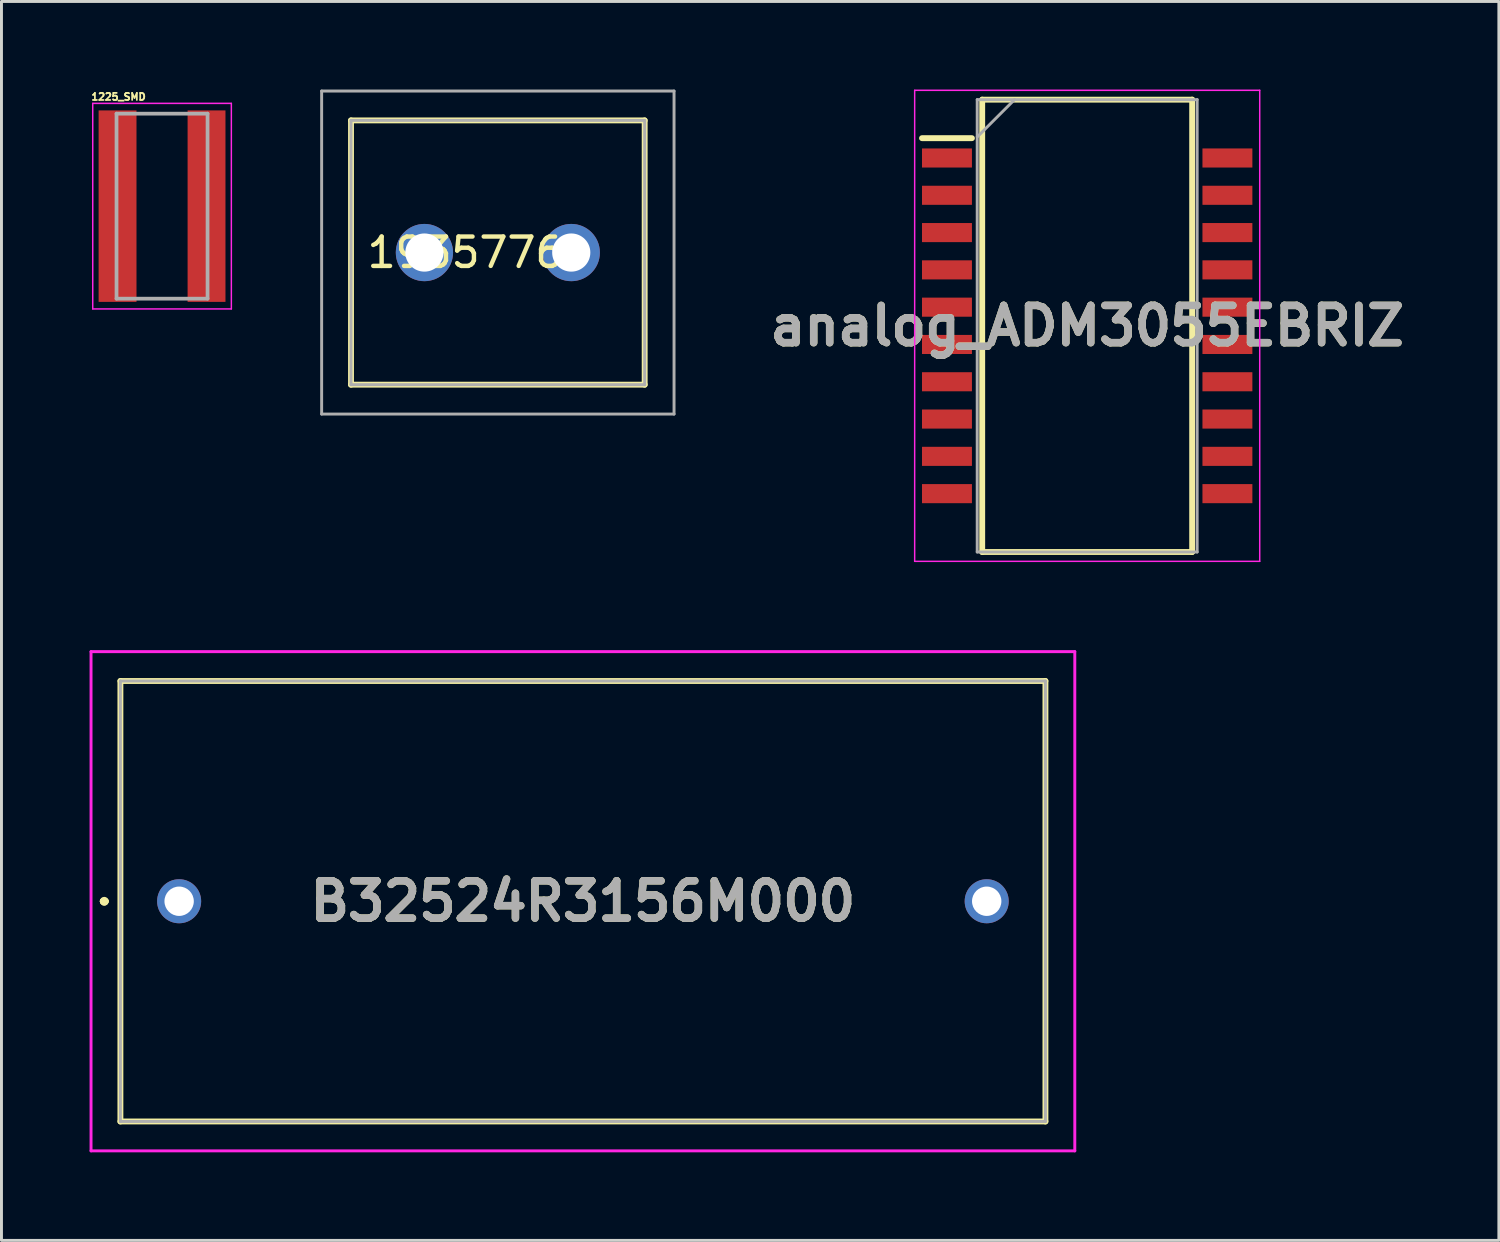
<source format=kicad_pcb>
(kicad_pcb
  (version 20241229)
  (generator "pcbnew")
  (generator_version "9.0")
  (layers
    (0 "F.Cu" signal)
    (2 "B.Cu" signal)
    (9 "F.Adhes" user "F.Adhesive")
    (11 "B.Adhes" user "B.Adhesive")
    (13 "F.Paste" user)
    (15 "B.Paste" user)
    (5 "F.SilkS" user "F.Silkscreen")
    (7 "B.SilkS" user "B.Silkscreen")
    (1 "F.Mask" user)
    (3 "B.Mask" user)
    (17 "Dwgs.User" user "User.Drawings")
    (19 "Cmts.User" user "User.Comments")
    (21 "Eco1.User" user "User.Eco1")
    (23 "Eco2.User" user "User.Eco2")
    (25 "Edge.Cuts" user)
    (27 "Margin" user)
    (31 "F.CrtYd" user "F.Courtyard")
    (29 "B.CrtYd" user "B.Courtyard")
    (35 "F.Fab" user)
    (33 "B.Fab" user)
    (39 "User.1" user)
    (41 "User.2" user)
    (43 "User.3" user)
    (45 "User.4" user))
  (footprint "analog_ADM3055EBRIZ"
    (layer "F.Cu")
    (at 33.972 8.045)
    (property "Reference" "analog_ADM3055EBRIZ" (at 0 0 0) (layer "F.SilkS") (effects (font (size 1.27 1.27) (thickness 0.254))))
    (attr smd)
    (fp_line (start -5.625 -6.39) (end -3.925 -6.39) (stroke (width 0.2) (type solid)) (layer "F.SilkS"))
    (fp_line (start -3.575 -7.702) (end 3.575 -7.702) (stroke (width 0.2) (type solid)) (layer "F.SilkS"))
    (fp_line (start -3.575 7.702) (end -3.575 -7.702) (stroke (width 0.2) (type solid)) (layer "F.SilkS"))
    (fp_line (start 3.575 -7.702) (end 3.575 7.702) (stroke (width 0.2) (type solid)) (layer "F.SilkS"))
    (fp_line (start 3.575 7.702) (end -3.575 7.702) (stroke (width 0.2) (type solid)) (layer "F.SilkS"))
    (fp_line (start -5.875 -8.02) (end 5.875 -8.02) (stroke (width 0.05) (type solid)) (layer "F.CrtYd"))
    (fp_line (start -5.875 8.02) (end -5.875 -8.02) (stroke (width 0.05) (type solid)) (layer "F.CrtYd"))
    (fp_line (start 5.875 -8.02) (end 5.875 8.02) (stroke (width 0.05) (type solid)) (layer "F.CrtYd"))
    (fp_line (start 5.875 8.02) (end -5.875 8.02) (stroke (width 0.05) (type solid)) (layer "F.CrtYd"))
    (fp_line (start -3.745 -7.702) (end 3.745 -7.702) (stroke (width 0.1) (type solid)) (layer "F.Fab"))
    (fp_line (start -3.745 -6.432) (end -2.475 -7.702) (stroke (width 0.1) (type solid)) (layer "F.Fab"))
    (fp_line (start -3.745 7.702) (end -3.745 -7.702) (stroke (width 0.1) (type solid)) (layer "F.Fab"))
    (fp_line (start 3.745 -7.702) (end 3.745 7.702) (stroke (width 0.1) (type solid)) (layer "F.Fab"))
    (fp_line (start 3.745 7.702) (end -3.745 7.702) (stroke (width 0.1) (type solid)) (layer "F.Fab"))
    (fp_text user "${REFERENCE}" (at 0 0 0) (layer "F.Fab") (effects (font (size 1.27 1.27) (thickness 0.254))))
    (pad "1" smd rect (at -4.775 -5.715 90) (size 0.65 1.7) (layers "F.Cu" "F.Mask" "F.Paste"))
    (pad "2" smd rect (at -4.775 -4.445 90) (size 0.65 1.7) (layers "F.Cu" "F.Mask" "F.Paste"))
    (pad "3" smd rect (at -4.775 -3.175 90) (size 0.65 1.7) (layers "F.Cu" "F.Mask" "F.Paste"))
    (pad "4" smd rect (at -4.775 -1.905 90) (size 0.65 1.7) (layers "F.Cu" "F.Mask" "F.Paste"))
    (pad "5" smd rect (at -4.775 -0.635 90) (size 0.65 1.7) (layers "F.Cu" "F.Mask" "F.Paste"))
    (pad "6" smd rect (at -4.775 0.635 90) (size 0.65 1.7) (layers "F.Cu" "F.Mask" "F.Paste"))
    (pad "7" smd rect (at -4.775 1.905 90) (size 0.65 1.7) (layers "F.Cu" "F.Mask" "F.Paste"))
    (pad "8" smd rect (at -4.775 3.175 90) (size 0.65 1.7) (layers "F.Cu" "F.Mask" "F.Paste"))
    (pad "9" smd rect (at -4.775 4.445 90) (size 0.65 1.7) (layers "F.Cu" "F.Mask" "F.Paste"))
    (pad "10" smd rect (at -4.775 5.715 90) (size 0.65 1.7) (layers "F.Cu" "F.Mask" "F.Paste"))
    (pad "11" smd rect (at 4.775 5.715 90) (size 0.65 1.7) (layers "F.Cu" "F.Mask" "F.Paste"))
    (pad "12" smd rect (at 4.775 4.445 90) (size 0.65 1.7) (layers "F.Cu" "F.Mask" "F.Paste"))
    (pad "13" smd rect (at 4.775 3.175 90) (size 0.65 1.7) (layers "F.Cu" "F.Mask" "F.Paste"))
    (pad "14" smd rect (at 4.775 1.905 90) (size 0.65 1.7) (layers "F.Cu" "F.Mask" "F.Paste"))
    (pad "15" smd rect (at 4.775 0.635 90) (size 0.65 1.7) (layers "F.Cu" "F.Mask" "F.Paste"))
    (pad "16" smd rect (at 4.775 -0.635 90) (size 0.65 1.7) (layers "F.Cu" "F.Mask" "F.Paste"))
    (pad "17" smd rect (at 4.775 -1.905 90) (size 0.65 1.7) (layers "F.Cu" "F.Mask" "F.Paste"))
    (pad "18" smd rect (at 4.775 -3.175 90) (size 0.65 1.7) (layers "F.Cu" "F.Mask" "F.Paste"))
    (pad "19" smd rect (at 4.775 -4.445 90) (size 0.65 1.7) (layers "F.Cu" "F.Mask" "F.Paste"))
    (pad "20" smd rect (at 4.775 -5.715 90) (size 0.65 1.7) (layers "F.Cu" "F.Mask" "F.Paste")))
  (footprint "B32524R3156M000"
    (layer "F.Cu")
    (at 3.05 27.64)
    (property "Reference" "B32524R3156M000" (at 13.75 0 0) (layer "F.SilkS") (effects (font (size 1.27 1.27) (thickness 0.254))))
    (attr through_hole)
    (fp_line (start -2.6 0) (end -2.6 0) (stroke (width 0.2) (type solid)) (layer "F.SilkS"))
    (fp_line (start -2.6 0) (end -2.6 0) (stroke (width 0.2) (type solid)) (layer "F.SilkS"))
    (fp_line (start -2.5 0) (end -2.5 0) (stroke (width 0.2) (type solid)) (layer "F.SilkS"))
    (fp_line (start -2 -7.5) (end 29.5 -7.5) (stroke (width 0.2) (type solid)) (layer "F.SilkS"))
    (fp_line (start -2 7.5) (end -2 -7.5) (stroke (width 0.2) (type solid)) (layer "F.SilkS"))
    (fp_line (start 29.5 -7.5) (end 29.5 7.5) (stroke (width 0.2) (type solid)) (layer "F.SilkS"))
    (fp_line (start 29.5 7.5) (end -2 7.5) (stroke (width 0.2) (type solid)) (layer "F.SilkS"))
    (fp_arc (start -2.6 0) (mid -2.55 -0.05) (end -2.5 0) (stroke (width 0.2) (type solid)) (layer "F.SilkS"))
    (fp_arc (start -2.5 0) (mid -2.55 0.05) (end -2.6 0) (stroke (width 0.2) (type solid)) (layer "F.SilkS"))
    (fp_arc (start -2.5 0) (mid -2.55 0.05) (end -2.6 0) (stroke (width 0.2) (type solid)) (layer "F.SilkS"))
    (fp_line (start -3 -8.5) (end 30.5 -8.5) (stroke (width 0.1) (type solid)) (layer "F.CrtYd"))
    (fp_line (start -3 8.5) (end -3 -8.5) (stroke (width 0.1) (type solid)) (layer "F.CrtYd"))
    (fp_line (start 30.5 -8.5) (end 30.5 8.5) (stroke (width 0.1) (type solid)) (layer "F.CrtYd"))
    (fp_line (start 30.5 8.5) (end -3 8.5) (stroke (width 0.1) (type solid)) (layer "F.CrtYd"))
    (fp_line (start -2 -7.5) (end -2 7.5) (stroke (width 0.1) (type solid)) (layer "F.Fab"))
    (fp_line (start -2 7.5) (end 29.5 7.5) (stroke (width 0.1) (type solid)) (layer "F.Fab"))
    (fp_line (start 29.5 -7.5) (end -2 -7.5) (stroke (width 0.1) (type solid)) (layer "F.Fab"))
    (fp_line (start 29.5 7.5) (end 29.5 -7.5) (stroke (width 0.1) (type solid)) (layer "F.Fab"))
    (fp_text user "${REFERENCE}" (at 13.75 0 0) (layer "F.Fab") (effects (font (size 1.27 1.27) (thickness 0.254))))
    (pad "1" thru_hole circle (at 0 0) (size 1.5 1.5) (drill 1) (layers "*.Cu" "*.Mask"))
    (pad "2" thru_hole circle (at 27.5 0) (size 1.5 1.5) (drill 1) (layers "*.Cu" "*.Mask")))
  (footprint "1225_SMD"
    (layer "F.Cu")
    (at 2.468 3.97)
    (property "Reference" "1225_SMD" (at -1.481 -3.724 0) (layer "F.SilkS") (effects (font (size 0.24 0.24) (thickness 0.15))))
    (attr smd)
    (fp_line (start -2.36 -3.5) (end 2.36 -3.5) (stroke (width 0.05) (type solid)) (layer "F.CrtYd"))
    (fp_line (start -2.36 3.5) (end -2.36 -3.5) (stroke (width 0.05) (type solid)) (layer "F.CrtYd"))
    (fp_line (start 2.36 -3.5) (end 2.36 3.5) (stroke (width 0.05) (type solid)) (layer "F.CrtYd"))
    (fp_line (start 2.36 3.5) (end -2.36 3.5) (stroke (width 0.05) (type solid)) (layer "F.CrtYd"))
    (fp_line (start -1.55 -3.15) (end 1.55 -3.15) (stroke (width 0.127) (type solid)) (layer "F.Fab"))
    (fp_line (start -1.55 3.15) (end -1.55 -3.15) (stroke (width 0.127) (type solid)) (layer "F.Fab"))
    (fp_line (start 1.55 3.15) (end -1.55 3.15) (stroke (width 0.127) (type solid)) (layer "F.Fab"))
    (fp_line (start 1.55 3.15) (end 1.55 -3.15) (stroke (width 0.127) (type solid)) (layer "F.Fab"))
    (pad "1" smd rect (at -1.515 0) (size 1.29 6.52) (layers "F.Cu" "F.Mask" "F.Paste"))
    (pad "2" smd rect (at 1.515 0) (size 1.29 6.52) (layers "F.Cu" "F.Mask" "F.Paste")))
  (footprint "1935776"
    (layer "F.Cu")
    (at 11.403 5.55)
    (property "Reference" "1935776" (at 1.4 0 0) (layer "F.SilkS") (effects (font (size 1 1) (thickness 0.15))))
    (attr through_hole)
    (fp_line (start -2.5 -4.5) (end 7.5 -4.5) (stroke (width 0.2) (type solid)) (layer "F.SilkS"))
    (fp_line (start -2.5 4.5) (end -2.5 -4.5) (stroke (width 0.2) (type solid)) (layer "F.SilkS"))
    (fp_line (start 7.5 -4.5) (end 7.5 4.5) (stroke (width 0.2) (type solid)) (layer "F.SilkS"))
    (fp_line (start 7.5 4.5) (end -2.5 4.5) (stroke (width 0.2) (type solid)) (layer "F.SilkS"))
    (fp_line (start -3.5 -5.5) (end 8.5 -5.5) (stroke (width 0.1) (type solid)) (layer "F.Fab"))
    (fp_line (start -3.5 5.5) (end -3.5 -5.5) (stroke (width 0.1) (type solid)) (layer "F.Fab"))
    (fp_line (start -2.5 -4.5) (end -2.5 4.5) (stroke (width 0.1) (type solid)) (layer "F.Fab"))
    (fp_line (start -2.5 4.5) (end 7.5 4.5) (stroke (width 0.1) (type solid)) (layer "F.Fab"))
    (fp_line (start 7.5 -4.5) (end -2.5 -4.5) (stroke (width 0.1) (type solid)) (layer "F.Fab"))
    (fp_line (start 7.5 4.5) (end 7.5 -4.5) (stroke (width 0.1) (type solid)) (layer "F.Fab"))
    (fp_line (start 8.5 -5.5) (end 8.5 5.5) (stroke (width 0.1) (type solid)) (layer "F.Fab"))
    (fp_line (start 8.5 5.5) (end -3.5 5.5) (stroke (width 0.1) (type solid)) (layer "F.Fab"))
    (pad "1" thru_hole circle (at 0 0) (size 1.95 1.95) (drill 1.3) (layers "*.Cu" "*.Mask"))
    (pad "2" thru_hole circle (at 5 0) (size 1.95 1.95) (drill 1.3) (layers "*.Cu" "*.Mask")))
  (gr_rect
    (start -3 -3)
    (end 47.991 39.19)
    (stroke (width 0.1) (type default))
    (fill no)
    (layer "Edge.Cuts")))
</source>
